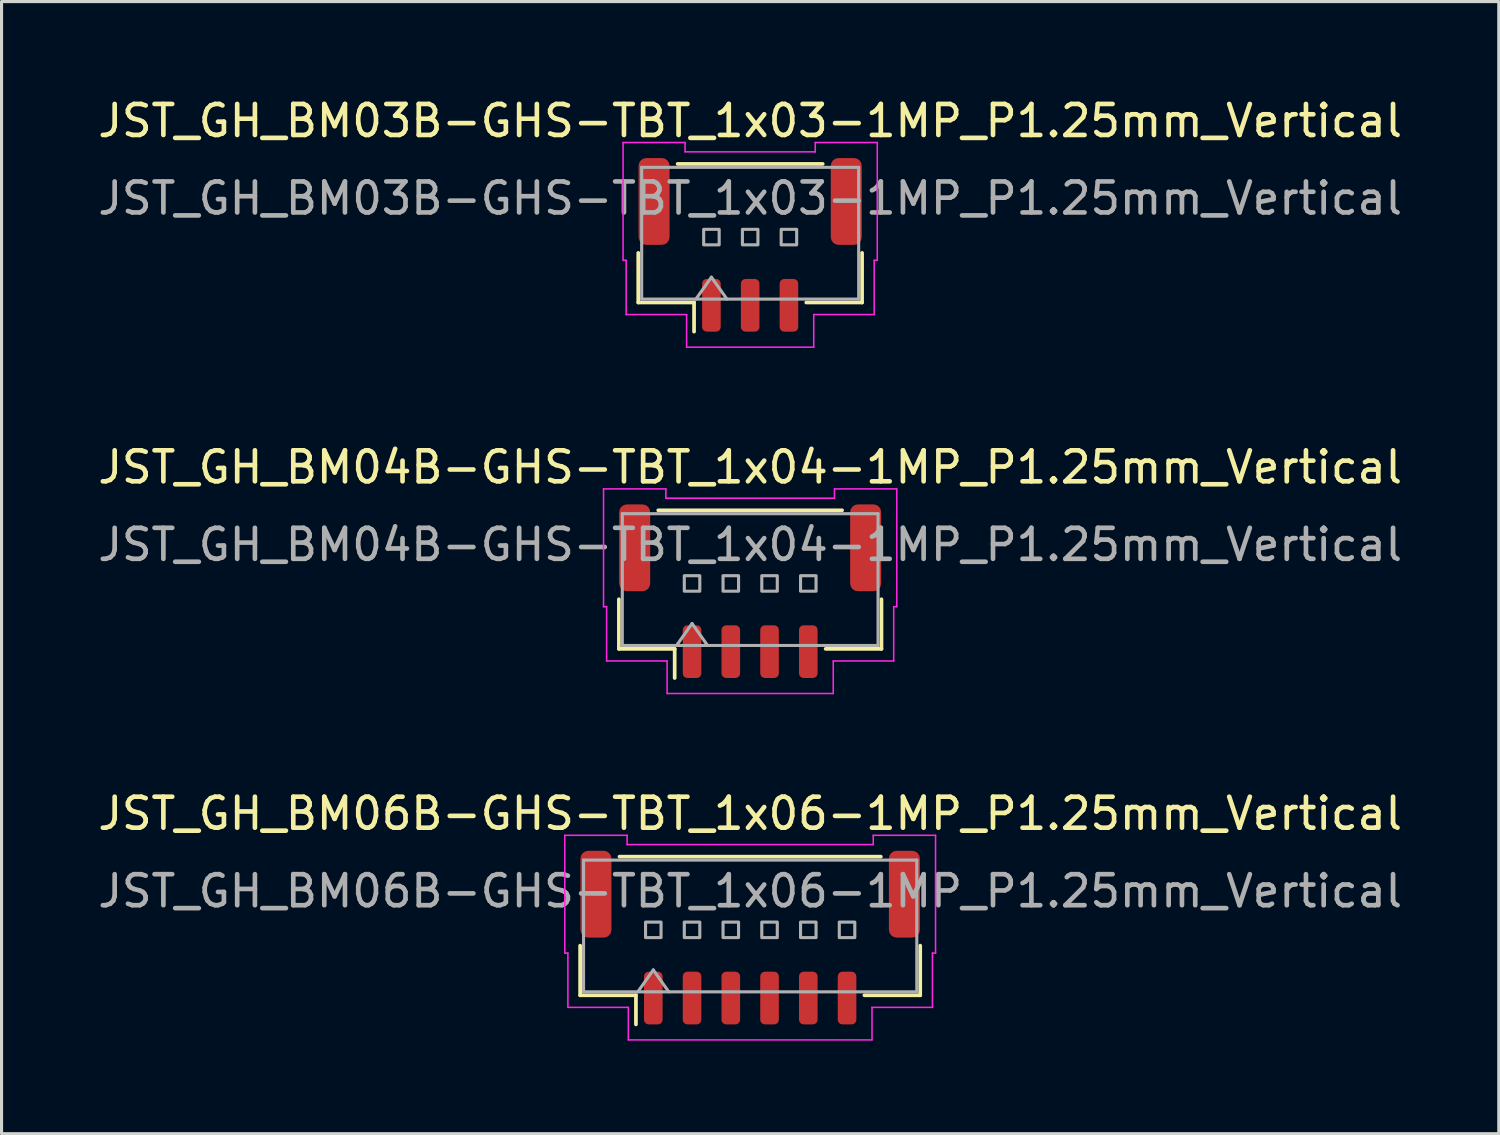
<source format=kicad_pcb>
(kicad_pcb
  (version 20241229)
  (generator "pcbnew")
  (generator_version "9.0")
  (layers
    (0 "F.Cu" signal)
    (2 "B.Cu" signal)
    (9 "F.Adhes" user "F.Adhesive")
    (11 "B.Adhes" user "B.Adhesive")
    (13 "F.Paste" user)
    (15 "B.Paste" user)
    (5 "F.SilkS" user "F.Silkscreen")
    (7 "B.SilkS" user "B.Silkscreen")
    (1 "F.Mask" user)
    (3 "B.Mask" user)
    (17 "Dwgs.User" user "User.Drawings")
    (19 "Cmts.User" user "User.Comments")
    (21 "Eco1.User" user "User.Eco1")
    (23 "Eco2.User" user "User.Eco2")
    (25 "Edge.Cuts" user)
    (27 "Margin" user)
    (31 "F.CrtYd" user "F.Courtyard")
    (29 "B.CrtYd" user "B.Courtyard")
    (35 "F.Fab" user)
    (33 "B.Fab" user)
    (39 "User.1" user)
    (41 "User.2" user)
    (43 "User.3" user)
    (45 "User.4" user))
  (footprint "JST_GH_BM03B-GHS-TBT_1x03-1MP_P1.25mm_Vertical"
    (layer "F.Cu")
    (at 21.149 4.848)
    (property "Reference" "JST_GH_BM03B-GHS-TBT_1x03-1MP_P1.25mm_Vertical" (at 0 -4 0) (layer "F.SilkS") (effects (font (size 1 1) (thickness 0.15))))
    (attr smd)
    (fp_line (start -3.61 0.26) (end -3.61 1.86) (stroke (width 0.12) (type solid)) (layer "F.SilkS"))
    (fp_line (start -3.61 1.86) (end -1.81 1.86) (stroke (width 0.12) (type solid)) (layer "F.SilkS"))
    (fp_line (start -2.34 -2.61) (end 2.34 -2.61) (stroke (width 0.12) (type solid)) (layer "F.SilkS"))
    (fp_line (start -1.81 1.86) (end -1.81 2.8) (stroke (width 0.12) (type solid)) (layer "F.SilkS"))
    (fp_line (start 3.61 0.26) (end 3.61 1.86) (stroke (width 0.12) (type solid)) (layer "F.SilkS"))
    (fp_line (start 3.61 1.86) (end 1.81 1.86) (stroke (width 0.12) (type solid)) (layer "F.SilkS"))
    (fp_line (start -4.1 -3.3) (end -2.1 -3.3) (stroke (width 0.05) (type solid)) (layer "F.CrtYd"))
    (fp_line (start -4.1 0.5) (end -4.1 -3.3) (stroke (width 0.05) (type solid)) (layer "F.CrtYd"))
    (fp_line (start -4 0.5) (end -4.1 0.5) (stroke (width 0.05) (type solid)) (layer "F.CrtYd"))
    (fp_line (start -4 2.25) (end -4 0.5) (stroke (width 0.05) (type solid)) (layer "F.CrtYd"))
    (fp_line (start -2.1 -3.3) (end -2.1 -3) (stroke (width 0.05) (type solid)) (layer "F.CrtYd"))
    (fp_line (start -2.1 -3) (end 2.1 -3) (stroke (width 0.05) (type solid)) (layer "F.CrtYd"))
    (fp_line (start -2.05 2.25) (end -4 2.25) (stroke (width 0.05) (type solid)) (layer "F.CrtYd"))
    (fp_line (start -2.05 3.3) (end -2.05 2.25) (stroke (width 0.05) (type solid)) (layer "F.CrtYd"))
    (fp_line (start 2.05 2.25) (end 2.05 3.3) (stroke (width 0.05) (type solid)) (layer "F.CrtYd"))
    (fp_line (start 2.05 3.3) (end -2.05 3.3) (stroke (width 0.05) (type solid)) (layer "F.CrtYd"))
    (fp_line (start 2.1 -3.3) (end 4.1 -3.3) (stroke (width 0.05) (type solid)) (layer "F.CrtYd"))
    (fp_line (start 2.1 -3) (end 2.1 -3.3) (stroke (width 0.05) (type solid)) (layer "F.CrtYd"))
    (fp_line (start 4 0.5) (end 4 2.25) (stroke (width 0.05) (type solid)) (layer "F.CrtYd"))
    (fp_line (start 4 2.25) (end 2.05 2.25) (stroke (width 0.05) (type solid)) (layer "F.CrtYd"))
    (fp_line (start 4.1 -3.3) (end 4.1 0.5) (stroke (width 0.05) (type solid)) (layer "F.CrtYd"))
    (fp_line (start 4.1 0.5) (end 4 0.5) (stroke (width 0.05) (type solid)) (layer "F.CrtYd"))
    (fp_line (start -3.5 -2.5) (end 3.5 -2.5) (stroke (width 0.1) (type solid)) (layer "F.Fab"))
    (fp_line (start -3.5 1.75) (end -3.5 -2.5) (stroke (width 0.1) (type solid)) (layer "F.Fab"))
    (fp_line (start -3.5 1.75) (end 3.5 1.75) (stroke (width 0.1) (type solid)) (layer "F.Fab"))
    (fp_line (start -1.75 1.75) (end -1.25 1.043) (stroke (width 0.1) (type solid)) (layer "F.Fab"))
    (fp_line (start -1.25 1.043) (end -0.75 1.75) (stroke (width 0.1) (type solid)) (layer "F.Fab"))
    (fp_line (start 3.5 1.75) (end 3.5 -2.5) (stroke (width 0.1) (type solid)) (layer "F.Fab"))
    (fp_rect (start -1.5 -0.5) (end -1 0) (stroke (width 0.1) (type solid)) (fill no) (layer "F.Fab"))
    (fp_rect (start -0.25 -0.5) (end 0.25 0) (stroke (width 0.1) (type solid)) (fill no) (layer "F.Fab"))
    (fp_rect (start 1 -0.5) (end 1.5 0) (stroke (width 0.1) (type solid)) (fill no) (layer "F.Fab"))
    (fp_text user "${REFERENCE}" (at 0 -1.5 0) (layer "F.Fab") (effects (font (size 1 1) (thickness 0.15))))
    (pad "1" smd roundrect (at -1.25 1.95) (size 0.6 1.7) (layers "F.Cu" "F.Mask" "F.Paste") (roundrect_rratio 0.25))
    (pad "2" smd roundrect (at 0 1.95) (size 0.6 1.7) (layers "F.Cu" "F.Mask" "F.Paste") (roundrect_rratio 0.25))
    (pad "3" smd roundrect (at 1.25 1.95) (size 0.6 1.7) (layers "F.Cu" "F.Mask" "F.Paste") (roundrect_rratio 0.25))
    (pad "MP" smd roundrect (at -3.1 -1.4) (size 1 2.8) (layers "F.Cu" "F.Mask" "F.Paste") (roundrect_rratio 0.25))
    (pad "MP" smd roundrect (at 3.1 -1.4) (size 1 2.8) (layers "F.Cu" "F.Mask" "F.Paste") (roundrect_rratio 0.25)))
  (footprint "JST_GH_BM06B-GHS-TBT_1x06-1MP_P1.25mm_Vertical"
    (layer "F.Cu")
    (at 21.149 27.195)
    (property "Reference" "JST_GH_BM06B-GHS-TBT_1x06-1MP_P1.25mm_Vertical" (at 0 -4 0) (layer "F.SilkS") (effects (font (size 1 1) (thickness 0.15))))
    (attr smd)
    (fp_line (start -5.485 0.26) (end -5.485 1.86) (stroke (width 0.12) (type solid)) (layer "F.SilkS"))
    (fp_line (start -5.485 1.86) (end -3.685 1.86) (stroke (width 0.12) (type solid)) (layer "F.SilkS"))
    (fp_line (start -4.215 -2.61) (end 4.215 -2.61) (stroke (width 0.12) (type solid)) (layer "F.SilkS"))
    (fp_line (start -3.685 1.86) (end -3.685 2.8) (stroke (width 0.12) (type solid)) (layer "F.SilkS"))
    (fp_line (start 5.485 0.26) (end 5.485 1.86) (stroke (width 0.12) (type solid)) (layer "F.SilkS"))
    (fp_line (start 5.485 1.86) (end 3.685 1.86) (stroke (width 0.12) (type solid)) (layer "F.SilkS"))
    (fp_line (start -5.98 -3.3) (end -3.97 -3.3) (stroke (width 0.05) (type solid)) (layer "F.CrtYd"))
    (fp_line (start -5.98 0.5) (end -5.98 -3.3) (stroke (width 0.05) (type solid)) (layer "F.CrtYd"))
    (fp_line (start -5.88 0.5) (end -5.98 0.5) (stroke (width 0.05) (type solid)) (layer "F.CrtYd"))
    (fp_line (start -5.88 2.25) (end -5.88 0.5) (stroke (width 0.05) (type solid)) (layer "F.CrtYd"))
    (fp_line (start -3.97 -3.3) (end -3.97 -3) (stroke (width 0.05) (type solid)) (layer "F.CrtYd"))
    (fp_line (start -3.97 -3) (end 3.97 -3) (stroke (width 0.05) (type solid)) (layer "F.CrtYd"))
    (fp_line (start -3.93 2.25) (end -5.88 2.25) (stroke (width 0.05) (type solid)) (layer "F.CrtYd"))
    (fp_line (start -3.93 3.3) (end -3.93 2.25) (stroke (width 0.05) (type solid)) (layer "F.CrtYd"))
    (fp_line (start 3.93 2.25) (end 3.93 3.3) (stroke (width 0.05) (type solid)) (layer "F.CrtYd"))
    (fp_line (start 3.93 3.3) (end -3.93 3.3) (stroke (width 0.05) (type solid)) (layer "F.CrtYd"))
    (fp_line (start 3.97 -3.3) (end 5.98 -3.3) (stroke (width 0.05) (type solid)) (layer "F.CrtYd"))
    (fp_line (start 3.97 -3) (end 3.97 -3.3) (stroke (width 0.05) (type solid)) (layer "F.CrtYd"))
    (fp_line (start 5.88 0.5) (end 5.88 2.25) (stroke (width 0.05) (type solid)) (layer "F.CrtYd"))
    (fp_line (start 5.88 2.25) (end 3.93 2.25) (stroke (width 0.05) (type solid)) (layer "F.CrtYd"))
    (fp_line (start 5.98 -3.3) (end 5.98 0.5) (stroke (width 0.05) (type solid)) (layer "F.CrtYd"))
    (fp_line (start 5.98 0.5) (end 5.88 0.5) (stroke (width 0.05) (type solid)) (layer "F.CrtYd"))
    (fp_line (start -5.375 -2.5) (end 5.375 -2.5) (stroke (width 0.1) (type solid)) (layer "F.Fab"))
    (fp_line (start -5.375 1.75) (end -5.375 -2.5) (stroke (width 0.1) (type solid)) (layer "F.Fab"))
    (fp_line (start -5.375 1.75) (end 5.375 1.75) (stroke (width 0.1) (type solid)) (layer "F.Fab"))
    (fp_line (start -3.625 1.75) (end -3.125 1.043) (stroke (width 0.1) (type solid)) (layer "F.Fab"))
    (fp_line (start -3.125 1.043) (end -2.625 1.75) (stroke (width 0.1) (type solid)) (layer "F.Fab"))
    (fp_line (start 5.375 1.75) (end 5.375 -2.5) (stroke (width 0.1) (type solid)) (layer "F.Fab"))
    (fp_rect (start -3.375 -0.5) (end -2.875 0) (stroke (width 0.1) (type solid)) (fill no) (layer "F.Fab"))
    (fp_rect (start -2.125 -0.5) (end -1.625 0) (stroke (width 0.1) (type solid)) (fill no) (layer "F.Fab"))
    (fp_rect (start -0.875 -0.5) (end -0.375 0) (stroke (width 0.1) (type solid)) (fill no) (layer "F.Fab"))
    (fp_rect (start 0.375 -0.5) (end 0.875 0) (stroke (width 0.1) (type solid)) (fill no) (layer "F.Fab"))
    (fp_rect (start 1.625 -0.5) (end 2.125 0) (stroke (width 0.1) (type solid)) (fill no) (layer "F.Fab"))
    (fp_rect (start 2.875 -0.5) (end 3.375 0) (stroke (width 0.1) (type solid)) (fill no) (layer "F.Fab"))
    (fp_text user "${REFERENCE}" (at 0 -1.5 0) (layer "F.Fab") (effects (font (size 1 1) (thickness 0.15))))
    (pad "1" smd roundrect (at -3.125 1.95) (size 0.6 1.7) (layers "F.Cu" "F.Mask" "F.Paste") (roundrect_rratio 0.25))
    (pad "2" smd roundrect (at -1.875 1.95) (size 0.6 1.7) (layers "F.Cu" "F.Mask" "F.Paste") (roundrect_rratio 0.25))
    (pad "3" smd roundrect (at -0.625 1.95) (size 0.6 1.7) (layers "F.Cu" "F.Mask" "F.Paste") (roundrect_rratio 0.25))
    (pad "4" smd roundrect (at 0.625 1.95) (size 0.6 1.7) (layers "F.Cu" "F.Mask" "F.Paste") (roundrect_rratio 0.25))
    (pad "5" smd roundrect (at 1.875 1.95) (size 0.6 1.7) (layers "F.Cu" "F.Mask" "F.Paste") (roundrect_rratio 0.25))
    (pad "6" smd roundrect (at 3.125 1.95) (size 0.6 1.7) (layers "F.Cu" "F.Mask" "F.Paste") (roundrect_rratio 0.25))
    (pad "MP" smd roundrect (at -4.975 -1.4) (size 1 2.8) (layers "F.Cu" "F.Mask" "F.Paste") (roundrect_rratio 0.25))
    (pad "MP" smd roundrect (at 4.975 -1.4) (size 1 2.8) (layers "F.Cu" "F.Mask" "F.Paste") (roundrect_rratio 0.25)))
  (footprint "JST_GH_BM04B-GHS-TBT_1x04-1MP_P1.25mm_Vertical"
    (layer "F.Cu")
    (at 21.149 16.021)
    (property "Reference" "JST_GH_BM04B-GHS-TBT_1x04-1MP_P1.25mm_Vertical" (at 0 -4 0) (layer "F.SilkS") (effects (font (size 1 1) (thickness 0.15))))
    (attr smd)
    (fp_line (start -4.235 0.26) (end -4.235 1.86) (stroke (width 0.12) (type solid)) (layer "F.SilkS"))
    (fp_line (start -4.235 1.86) (end -2.435 1.86) (stroke (width 0.12) (type solid)) (layer "F.SilkS"))
    (fp_line (start -2.965 -2.61) (end 2.965 -2.61) (stroke (width 0.12) (type solid)) (layer "F.SilkS"))
    (fp_line (start -2.435 1.86) (end -2.435 2.8) (stroke (width 0.12) (type solid)) (layer "F.SilkS"))
    (fp_line (start 4.235 0.26) (end 4.235 1.86) (stroke (width 0.12) (type solid)) (layer "F.SilkS"))
    (fp_line (start 4.235 1.86) (end 2.435 1.86) (stroke (width 0.12) (type solid)) (layer "F.SilkS"))
    (fp_line (start -4.73 -3.3) (end -2.72 -3.3) (stroke (width 0.05) (type solid)) (layer "F.CrtYd"))
    (fp_line (start -4.73 0.5) (end -4.73 -3.3) (stroke (width 0.05) (type solid)) (layer "F.CrtYd"))
    (fp_line (start -4.63 0.5) (end -4.73 0.5) (stroke (width 0.05) (type solid)) (layer "F.CrtYd"))
    (fp_line (start -4.63 2.25) (end -4.63 0.5) (stroke (width 0.05) (type solid)) (layer "F.CrtYd"))
    (fp_line (start -2.72 -3.3) (end -2.72 -3) (stroke (width 0.05) (type solid)) (layer "F.CrtYd"))
    (fp_line (start -2.72 -3) (end 2.72 -3) (stroke (width 0.05) (type solid)) (layer "F.CrtYd"))
    (fp_line (start -2.68 2.25) (end -4.63 2.25) (stroke (width 0.05) (type solid)) (layer "F.CrtYd"))
    (fp_line (start -2.68 3.3) (end -2.68 2.25) (stroke (width 0.05) (type solid)) (layer "F.CrtYd"))
    (fp_line (start 2.68 2.25) (end 2.68 3.3) (stroke (width 0.05) (type solid)) (layer "F.CrtYd"))
    (fp_line (start 2.68 3.3) (end -2.68 3.3) (stroke (width 0.05) (type solid)) (layer "F.CrtYd"))
    (fp_line (start 2.72 -3.3) (end 4.73 -3.3) (stroke (width 0.05) (type solid)) (layer "F.CrtYd"))
    (fp_line (start 2.72 -3) (end 2.72 -3.3) (stroke (width 0.05) (type solid)) (layer "F.CrtYd"))
    (fp_line (start 4.63 0.5) (end 4.63 2.25) (stroke (width 0.05) (type solid)) (layer "F.CrtYd"))
    (fp_line (start 4.63 2.25) (end 2.68 2.25) (stroke (width 0.05) (type solid)) (layer "F.CrtYd"))
    (fp_line (start 4.73 -3.3) (end 4.73 0.5) (stroke (width 0.05) (type solid)) (layer "F.CrtYd"))
    (fp_line (start 4.73 0.5) (end 4.63 0.5) (stroke (width 0.05) (type solid)) (layer "F.CrtYd"))
    (fp_line (start -4.125 -2.5) (end 4.125 -2.5) (stroke (width 0.1) (type solid)) (layer "F.Fab"))
    (fp_line (start -4.125 1.75) (end -4.125 -2.5) (stroke (width 0.1) (type solid)) (layer "F.Fab"))
    (fp_line (start -4.125 1.75) (end 4.125 1.75) (stroke (width 0.1) (type solid)) (layer "F.Fab"))
    (fp_line (start -2.375 1.75) (end -1.875 1.043) (stroke (width 0.1) (type solid)) (layer "F.Fab"))
    (fp_line (start -1.875 1.043) (end -1.375 1.75) (stroke (width 0.1) (type solid)) (layer "F.Fab"))
    (fp_line (start 4.125 1.75) (end 4.125 -2.5) (stroke (width 0.1) (type solid)) (layer "F.Fab"))
    (fp_rect (start -2.125 -0.5) (end -1.625 0) (stroke (width 0.1) (type solid)) (fill no) (layer "F.Fab"))
    (fp_rect (start -0.875 -0.5) (end -0.375 0) (stroke (width 0.1) (type solid)) (fill no) (layer "F.Fab"))
    (fp_rect (start 0.375 -0.5) (end 0.875 0) (stroke (width 0.1) (type solid)) (fill no) (layer "F.Fab"))
    (fp_rect (start 1.625 -0.5) (end 2.125 0) (stroke (width 0.1) (type solid)) (fill no) (layer "F.Fab"))
    (fp_text user "${REFERENCE}" (at 0 -1.5 0) (layer "F.Fab") (effects (font (size 1 1) (thickness 0.15))))
    (pad "1" smd roundrect (at -1.875 1.95) (size 0.6 1.7) (layers "F.Cu" "F.Mask" "F.Paste") (roundrect_rratio 0.25))
    (pad "2" smd roundrect (at -0.625 1.95) (size 0.6 1.7) (layers "F.Cu" "F.Mask" "F.Paste") (roundrect_rratio 0.25))
    (pad "3" smd roundrect (at 0.625 1.95) (size 0.6 1.7) (layers "F.Cu" "F.Mask" "F.Paste") (roundrect_rratio 0.25))
    (pad "4" smd roundrect (at 1.875 1.95) (size 0.6 1.7) (layers "F.Cu" "F.Mask" "F.Paste") (roundrect_rratio 0.25))
    (pad "MP" smd roundrect (at -3.725 -1.4) (size 1 2.8) (layers "F.Cu" "F.Mask" "F.Paste") (roundrect_rratio 0.25))
    (pad "MP" smd roundrect (at 3.725 -1.4) (size 1 2.8) (layers "F.Cu" "F.Mask" "F.Paste") (roundrect_rratio 0.25)))
  (gr_rect
    (start -3 -3)
    (end 45.298 33.52)
    (stroke (width 0.1) (type default))
    (fill no)
    (layer "Edge.Cuts")))
</source>
